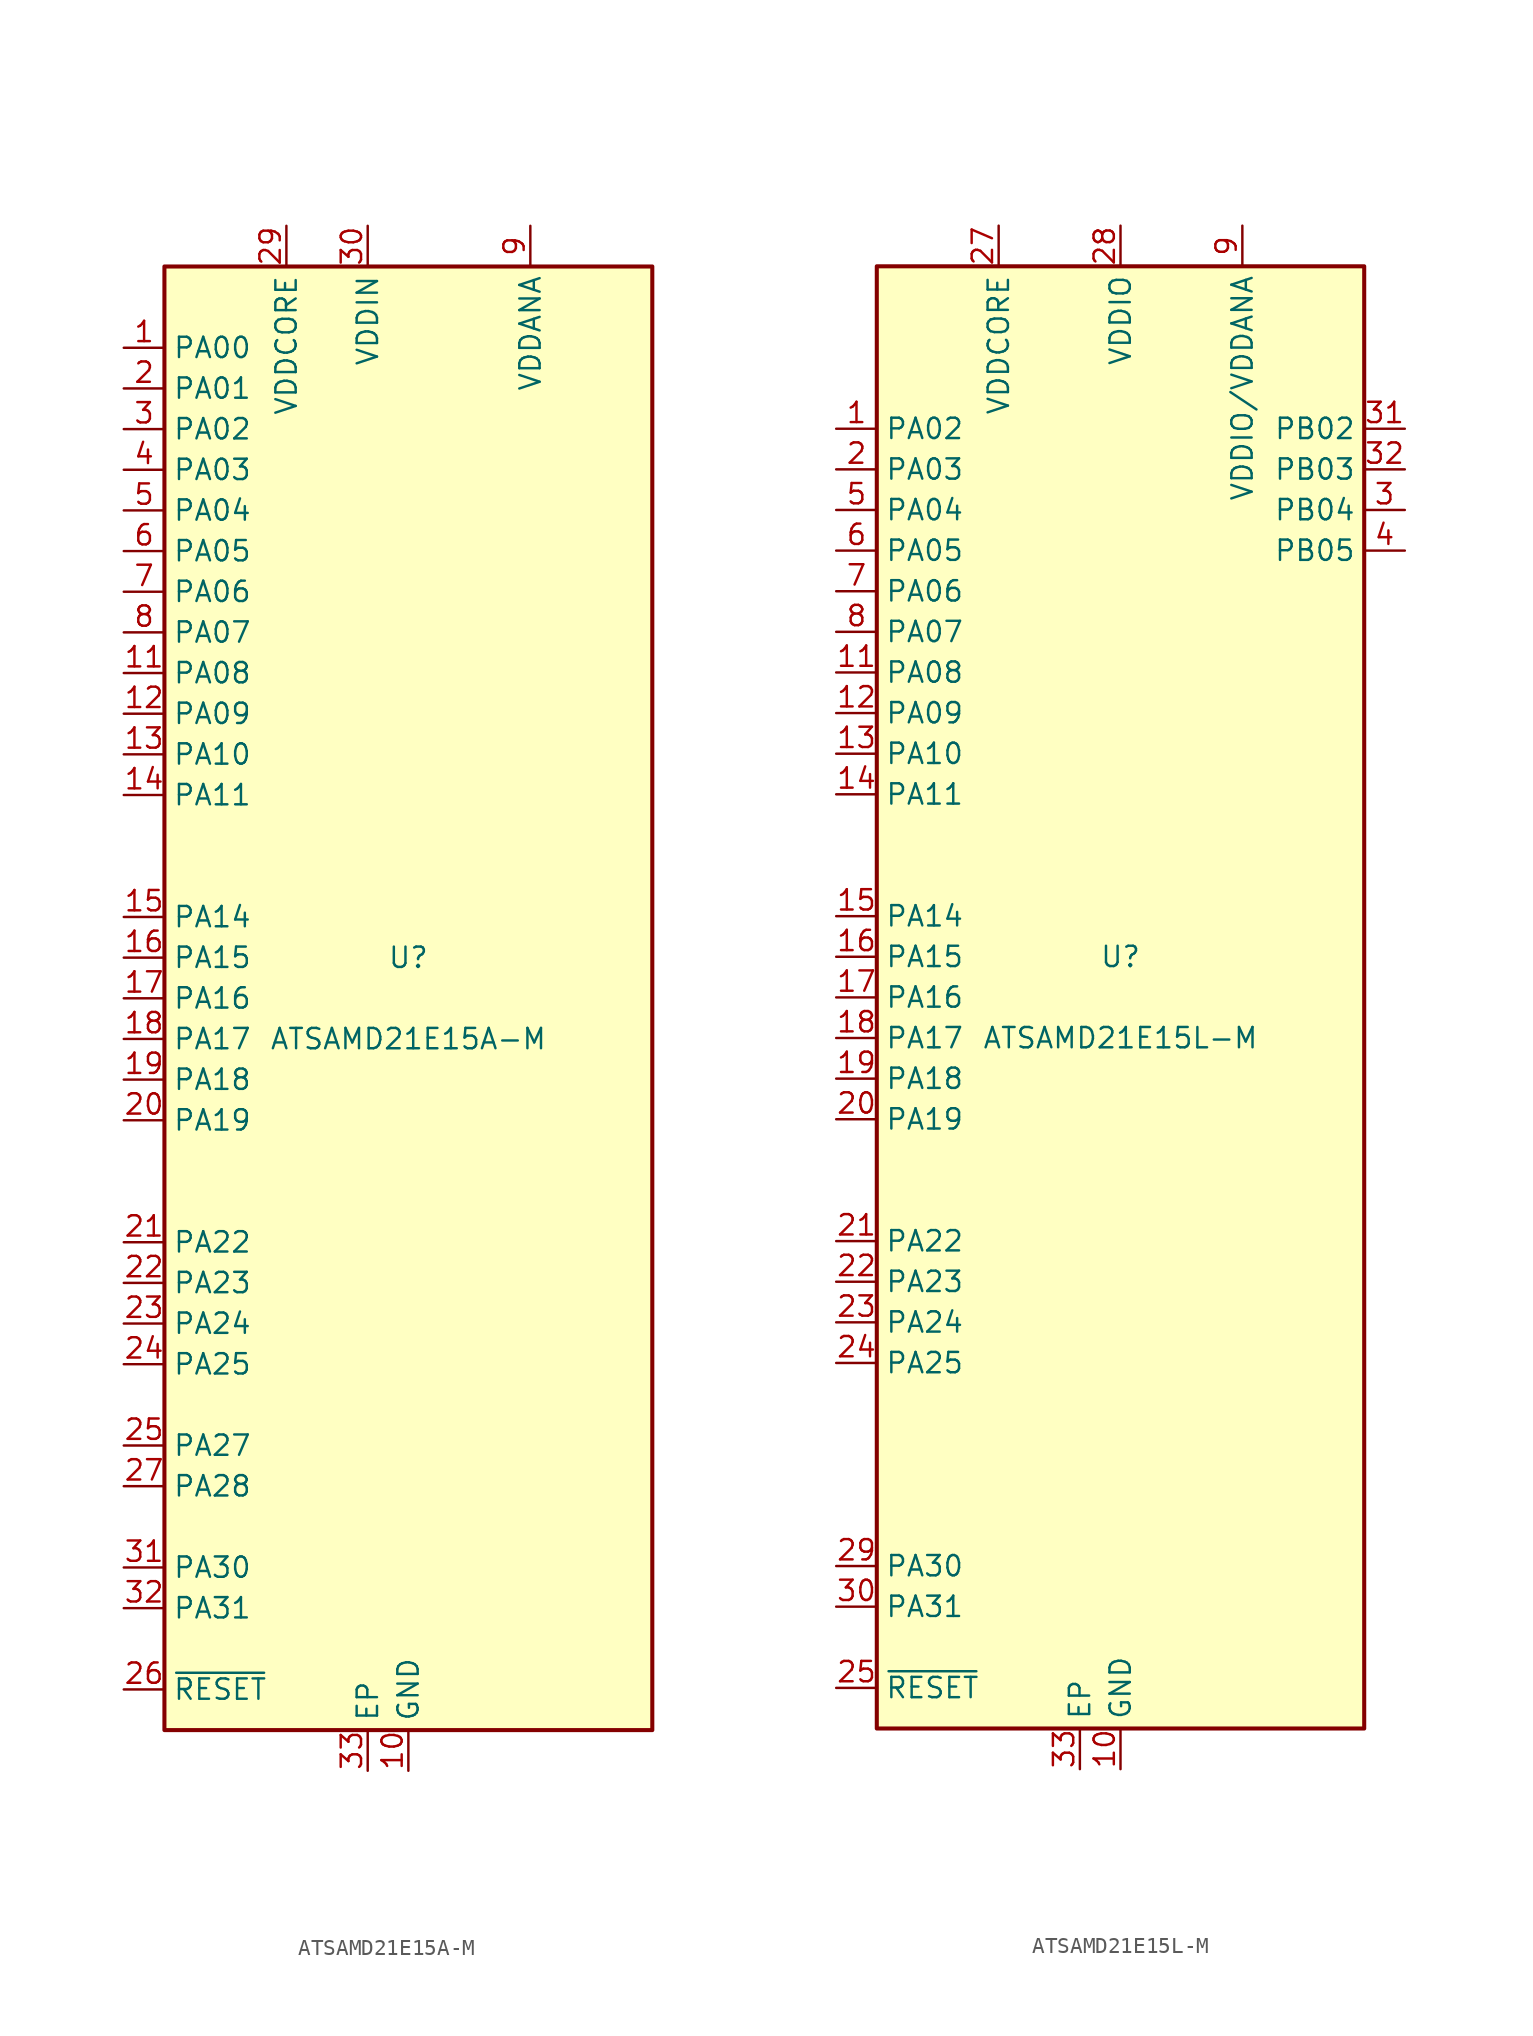
<source format=kicad_sym>
(kicad_symbol_lib
  (version 20220914)
  (generator kicad_symbol_editor)
  (symbol "ATSAMD21E15A-M"
    (property "Reference" "U"
      (at 0 2.54 0)
      (effects (font (size 1.27 1.27))))
    (property "Value" "ATSAMD21E15A-M"
      (at 0 -2.54 0)
      (effects (font (size 1.27 1.27))))
    (symbol "ATSAMD21E15A-M_1_1"
      (rectangle (start -15.24 45.72) (end 15.24 -45.72) (stroke (width 0.254) (type default)) (fill (type background)))
      (pin bidirectional line (at -17.78 40.64 0) (length 2.54) (name "PA00" (effects (font (size 1.27 1.27)))) (number "1" (effects (font (size 1.27 1.27)))))
      (pin power_in line (at 0 -48.26 90) (length 2.54) (name "GND" (effects (font (size 1.27 1.27)))) (number "10" (effects (font (size 1.27 1.27)))))
      (pin bidirectional line (at -17.78 20.32 0) (length 2.54) (name "PA08" (effects (font (size 1.27 1.27)))) (number "11" (effects (font (size 1.27 1.27)))))
      (pin bidirectional line (at -17.78 17.78 0) (length 2.54) (name "PA09" (effects (font (size 1.27 1.27)))) (number "12" (effects (font (size 1.27 1.27)))))
      (pin bidirectional line (at -17.78 15.24 0) (length 2.54) (name "PA10" (effects (font (size 1.27 1.27)))) (number "13" (effects (font (size 1.27 1.27)))))
      (pin bidirectional line (at -17.78 12.7 0) (length 2.54) (name "PA11" (effects (font (size 1.27 1.27)))) (number "14" (effects (font (size 1.27 1.27)))))
      (pin bidirectional line (at -17.78 5.08 0) (length 2.54) (name "PA14" (effects (font (size 1.27 1.27)))) (number "15" (effects (font (size 1.27 1.27)))))
      (pin bidirectional line (at -17.78 2.54 0) (length 2.54) (name "PA15" (effects (font (size 1.27 1.27)))) (number "16" (effects (font (size 1.27 1.27)))))
      (pin bidirectional line (at -17.78 0 0) (length 2.54) (name "PA16" (effects (font (size 1.27 1.27)))) (number "17" (effects (font (size 1.27 1.27)))))
      (pin bidirectional line (at -17.78 -2.54 0) (length 2.54) (name "PA17" (effects (font (size 1.27 1.27)))) (number "18" (effects (font (size 1.27 1.27)))))
      (pin bidirectional line (at -17.78 -5.08 0) (length 2.54) (name "PA18" (effects (font (size 1.27 1.27)))) (number "19" (effects (font (size 1.27 1.27)))))
      (pin bidirectional line (at -17.78 38.1 0) (length 2.54) (name "PA01" (effects (font (size 1.27 1.27)))) (number "2" (effects (font (size 1.27 1.27)))))
      (pin bidirectional line (at -17.78 -7.62 0) (length 2.54) (name "PA19" (effects (font (size 1.27 1.27)))) (number "20" (effects (font (size 1.27 1.27)))))
      (pin bidirectional line (at -17.78 -15.24 0) (length 2.54) (name "PA22" (effects (font (size 1.27 1.27)))) (number "21" (effects (font (size 1.27 1.27)))))
      (pin bidirectional line (at -17.78 -17.78 0) (length 2.54) (name "PA23" (effects (font (size 1.27 1.27)))) (number "22" (effects (font (size 1.27 1.27)))))
      (pin bidirectional line (at -17.78 -20.32 0) (length 2.54) (name "PA24" (effects (font (size 1.27 1.27)))) (number "23" (effects (font (size 1.27 1.27)))))
      (pin bidirectional line (at -17.78 -22.86 0) (length 2.54) (name "PA25" (effects (font (size 1.27 1.27)))) (number "24" (effects (font (size 1.27 1.27)))))
      (pin bidirectional line (at -17.78 -27.94 0) (length 2.54) (name "PA27" (effects (font (size 1.27 1.27)))) (number "25" (effects (font (size 1.27 1.27)))))
      (pin input line (at -17.78 -43.18 0) (length 2.54) (name "~{RESET}" (effects (font (size 1.27 1.27)))) (number "26" (effects (font (size 1.27 1.27)))))
      (pin bidirectional line (at -17.78 -30.48 0) (length 2.54) (name "PA28" (effects (font (size 1.27 1.27)))) (number "27" (effects (font (size 1.27 1.27)))))
      (pin passive line (at 0 -48.26 90) (length 2.54) hide (name "GND" (effects (font (size 1.27 1.27)))) (number "28" (effects (font (size 1.27 1.27)))))
      (pin power_out line (at -7.62 48.26 270) (length 2.54) (name "VDDCORE" (effects (font (size 1.27 1.27)))) (number "29" (effects (font (size 1.27 1.27)))))
      (pin bidirectional line (at -17.78 35.56 0) (length 2.54) (name "PA02" (effects (font (size 1.27 1.27)))) (number "3" (effects (font (size 1.27 1.27)))))
      (pin power_in line (at -2.54 48.26 270) (length 2.54) (name "VDDIN" (effects (font (size 1.27 1.27)))) (number "30" (effects (font (size 1.27 1.27)))))
      (pin bidirectional line (at -17.78 -35.56 0) (length 2.54) (name "PA30" (effects (font (size 1.27 1.27)))) (number "31" (effects (font (size 1.27 1.27)))))
      (pin bidirectional line (at -17.78 -38.1 0) (length 2.54) (name "PA31" (effects (font (size 1.27 1.27)))) (number "32" (effects (font (size 1.27 1.27)))))
      (pin passive line (at -2.54 -48.26 90) (length 2.54) (name "EP" (effects (font (size 1.27 1.27)))) (number "33" (effects (font (size 1.27 1.27)))))
      (pin bidirectional line (at -17.78 33.02 0) (length 2.54) (name "PA03" (effects (font (size 1.27 1.27)))) (number "4" (effects (font (size 1.27 1.27)))))
      (pin bidirectional line (at -17.78 30.48 0) (length 2.54) (name "PA04" (effects (font (size 1.27 1.27)))) (number "5" (effects (font (size 1.27 1.27)))))
      (pin bidirectional line (at -17.78 27.94 0) (length 2.54) (name "PA05" (effects (font (size 1.27 1.27)))) (number "6" (effects (font (size 1.27 1.27)))))
      (pin bidirectional line (at -17.78 25.4 0) (length 2.54) (name "PA06" (effects (font (size 1.27 1.27)))) (number "7" (effects (font (size 1.27 1.27)))))
      (pin bidirectional line (at -17.78 22.86 0) (length 2.54) (name "PA07" (effects (font (size 1.27 1.27)))) (number "8" (effects (font (size 1.27 1.27)))))
      (pin power_in line (at 7.62 48.26 270) (length 2.54) (name "VDDANA" (effects (font (size 1.27 1.27)))) (number "9" (effects (font (size 1.27 1.27)))))))
  (symbol "ATSAMD21E15L-M"
    (property "Reference" "U"
      (at 0 2.54 0)
      (effects (font (size 1.27 1.27))))
    (property "Value" "ATSAMD21E15L-M"
      (at 0 -2.54 0)
      (effects (font (size 1.27 1.27))))
    (symbol "ATSAMD21E15L-M_1_1"
      (rectangle (start -15.24 45.72) (end 15.24 -45.72) (stroke (width 0.254) (type default)) (fill (type background)))
      (pin bidirectional line (at -17.78 35.56 0) (length 2.54) (name "PA02" (effects (font (size 1.27 1.27)))) (number "1" (effects (font (size 1.27 1.27)))))
      (pin power_in line (at 0 -48.26 90) (length 2.54) (name "GND" (effects (font (size 1.27 1.27)))) (number "10" (effects (font (size 1.27 1.27)))))
      (pin bidirectional line (at -17.78 20.32 0) (length 2.54) (name "PA08" (effects (font (size 1.27 1.27)))) (number "11" (effects (font (size 1.27 1.27)))))
      (pin bidirectional line (at -17.78 17.78 0) (length 2.54) (name "PA09" (effects (font (size 1.27 1.27)))) (number "12" (effects (font (size 1.27 1.27)))))
      (pin bidirectional line (at -17.78 15.24 0) (length 2.54) (name "PA10" (effects (font (size 1.27 1.27)))) (number "13" (effects (font (size 1.27 1.27)))))
      (pin bidirectional line (at -17.78 12.7 0) (length 2.54) (name "PA11" (effects (font (size 1.27 1.27)))) (number "14" (effects (font (size 1.27 1.27)))))
      (pin bidirectional line (at -17.78 5.08 0) (length 2.54) (name "PA14" (effects (font (size 1.27 1.27)))) (number "15" (effects (font (size 1.27 1.27)))))
      (pin bidirectional line (at -17.78 2.54 0) (length 2.54) (name "PA15" (effects (font (size 1.27 1.27)))) (number "16" (effects (font (size 1.27 1.27)))))
      (pin bidirectional line (at -17.78 0 0) (length 2.54) (name "PA16" (effects (font (size 1.27 1.27)))) (number "17" (effects (font (size 1.27 1.27)))))
      (pin bidirectional line (at -17.78 -2.54 0) (length 2.54) (name "PA17" (effects (font (size 1.27 1.27)))) (number "18" (effects (font (size 1.27 1.27)))))
      (pin bidirectional line (at -17.78 -5.08 0) (length 2.54) (name "PA18" (effects (font (size 1.27 1.27)))) (number "19" (effects (font (size 1.27 1.27)))))
      (pin bidirectional line (at -17.78 33.02 0) (length 2.54) (name "PA03" (effects (font (size 1.27 1.27)))) (number "2" (effects (font (size 1.27 1.27)))))
      (pin bidirectional line (at -17.78 -7.62 0) (length 2.54) (name "PA19" (effects (font (size 1.27 1.27)))) (number "20" (effects (font (size 1.27 1.27)))))
      (pin bidirectional line (at -17.78 -15.24 0) (length 2.54) (name "PA22" (effects (font (size 1.27 1.27)))) (number "21" (effects (font (size 1.27 1.27)))))
      (pin bidirectional line (at -17.78 -17.78 0) (length 2.54) (name "PA23" (effects (font (size 1.27 1.27)))) (number "22" (effects (font (size 1.27 1.27)))))
      (pin bidirectional line (at -17.78 -20.32 0) (length 2.54) (name "PA24" (effects (font (size 1.27 1.27)))) (number "23" (effects (font (size 1.27 1.27)))))
      (pin bidirectional line (at -17.78 -22.86 0) (length 2.54) (name "PA25" (effects (font (size 1.27 1.27)))) (number "24" (effects (font (size 1.27 1.27)))))
      (pin input line (at -17.78 -43.18 0) (length 2.54) (name "~{RESET}" (effects (font (size 1.27 1.27)))) (number "25" (effects (font (size 1.27 1.27)))))
      (pin passive line (at 0 -48.26 90) (length 2.54) hide (name "GND" (effects (font (size 1.27 1.27)))) (number "26" (effects (font (size 1.27 1.27)))))
      (pin power_out line (at -7.62 48.26 270) (length 2.54) (name "VDDCORE" (effects (font (size 1.27 1.27)))) (number "27" (effects (font (size 1.27 1.27)))))
      (pin power_in line (at 0 48.26 270) (length 2.54) (name "VDDIO" (effects (font (size 1.27 1.27)))) (number "28" (effects (font (size 1.27 1.27)))))
      (pin bidirectional line (at -17.78 -35.56 0) (length 2.54) (name "PA30" (effects (font (size 1.27 1.27)))) (number "29" (effects (font (size 1.27 1.27)))))
      (pin bidirectional line (at 17.78 30.48 180) (length 2.54) (name "PB04" (effects (font (size 1.27 1.27)))) (number "3" (effects (font (size 1.27 1.27)))))
      (pin bidirectional line (at -17.78 -38.1 0) (length 2.54) (name "PA31" (effects (font (size 1.27 1.27)))) (number "30" (effects (font (size 1.27 1.27)))))
      (pin bidirectional line (at 17.78 35.56 180) (length 2.54) (name "PB02" (effects (font (size 1.27 1.27)))) (number "31" (effects (font (size 1.27 1.27)))))
      (pin bidirectional line (at 17.78 33.02 180) (length 2.54) (name "PB03" (effects (font (size 1.27 1.27)))) (number "32" (effects (font (size 1.27 1.27)))))
      (pin passive line (at -2.54 -48.26 90) (length 2.54) (name "EP" (effects (font (size 1.27 1.27)))) (number "33" (effects (font (size 1.27 1.27)))))
      (pin bidirectional line (at 17.78 27.94 180) (length 2.54) (name "PB05" (effects (font (size 1.27 1.27)))) (number "4" (effects (font (size 1.27 1.27)))))
      (pin bidirectional line (at -17.78 30.48 0) (length 2.54) (name "PA04" (effects (font (size 1.27 1.27)))) (number "5" (effects (font (size 1.27 1.27)))))
      (pin bidirectional line (at -17.78 27.94 0) (length 2.54) (name "PA05" (effects (font (size 1.27 1.27)))) (number "6" (effects (font (size 1.27 1.27)))))
      (pin bidirectional line (at -17.78 25.4 0) (length 2.54) (name "PA06" (effects (font (size 1.27 1.27)))) (number "7" (effects (font (size 1.27 1.27)))))
      (pin bidirectional line (at -17.78 22.86 0) (length 2.54) (name "PA07" (effects (font (size 1.27 1.27)))) (number "8" (effects (font (size 1.27 1.27)))))
      (pin power_in line (at 7.62 48.26 270) (length 2.54) (name "VDDIO/VDDANA" (effects (font (size 1.27 1.27)))) (number "9" (effects (font (size 1.27 1.27))))))))
</source>
